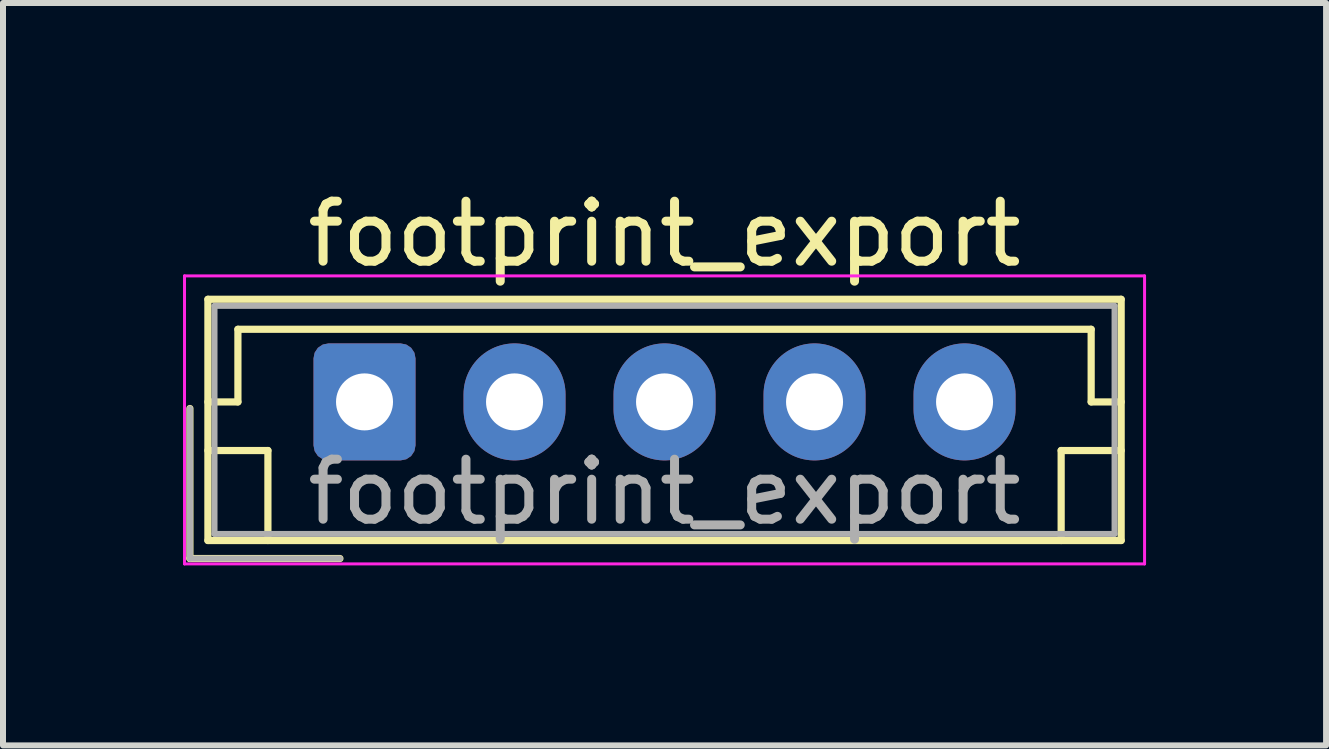
<source format=kicad_pcb>
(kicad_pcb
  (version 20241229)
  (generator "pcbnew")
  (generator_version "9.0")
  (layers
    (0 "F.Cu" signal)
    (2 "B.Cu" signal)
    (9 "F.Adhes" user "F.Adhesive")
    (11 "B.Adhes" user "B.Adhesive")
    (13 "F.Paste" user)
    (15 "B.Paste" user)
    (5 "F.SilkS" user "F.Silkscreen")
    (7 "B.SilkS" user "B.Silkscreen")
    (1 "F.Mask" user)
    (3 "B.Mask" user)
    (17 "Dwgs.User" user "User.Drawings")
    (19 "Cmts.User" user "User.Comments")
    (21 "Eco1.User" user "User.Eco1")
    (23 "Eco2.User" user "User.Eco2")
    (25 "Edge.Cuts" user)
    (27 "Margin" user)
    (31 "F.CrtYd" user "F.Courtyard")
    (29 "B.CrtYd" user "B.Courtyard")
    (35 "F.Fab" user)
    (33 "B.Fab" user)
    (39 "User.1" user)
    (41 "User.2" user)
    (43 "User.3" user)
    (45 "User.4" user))
  (footprint "footprint_export"
    (layer "F.Cu")
    (at 3.025 3.648)
    (property "Reference" "footprint_export" (at 5 -2.8 0) (layer "F.SilkS") (effects (font (size 1 1) (thickness 0.15))))
    (attr through_hole)
    (fp_line (start -2.91 0.11) (end -2.91 2.61) (stroke (width 0.12) (type solid)) (layer "F.SilkS"))
    (fp_line (start -2.91 2.61) (end -0.41 2.61) (stroke (width 0.12) (type solid)) (layer "F.SilkS"))
    (fp_line (start -2.61 -1.71) (end -2.61 2.31) (stroke (width 0.12) (type solid)) (layer "F.SilkS"))
    (fp_line (start -2.61 0) (end -2.11 0) (stroke (width 0.12) (type solid)) (layer "F.SilkS"))
    (fp_line (start -2.61 0.81) (end -1.61 0.81) (stroke (width 0.12) (type solid)) (layer "F.SilkS"))
    (fp_line (start -2.61 2.31) (end 12.61 2.31) (stroke (width 0.12) (type solid)) (layer "F.SilkS"))
    (fp_line (start -2.11 -1.21) (end 12.11 -1.21) (stroke (width 0.12) (type solid)) (layer "F.SilkS"))
    (fp_line (start -2.11 0) (end -2.11 -1.21) (stroke (width 0.12) (type solid)) (layer "F.SilkS"))
    (fp_line (start -1.61 0.81) (end -1.61 2.31) (stroke (width 0.12) (type solid)) (layer "F.SilkS"))
    (fp_line (start 11.61 0.81) (end 11.61 2.31) (stroke (width 0.12) (type solid)) (layer "F.SilkS"))
    (fp_line (start 12.11 -1.21) (end 12.11 0) (stroke (width 0.12) (type solid)) (layer "F.SilkS"))
    (fp_line (start 12.11 0) (end 12.61 0) (stroke (width 0.12) (type solid)) (layer "F.SilkS"))
    (fp_line (start 12.61 -1.71) (end -2.61 -1.71) (stroke (width 0.12) (type solid)) (layer "F.SilkS"))
    (fp_line (start 12.61 0.81) (end 11.61 0.81) (stroke (width 0.12) (type solid)) (layer "F.SilkS"))
    (fp_line (start 12.61 2.31) (end 12.61 -1.71) (stroke (width 0.12) (type solid)) (layer "F.SilkS"))
    (fp_line (start -3 -2.1) (end -3 2.7) (stroke (width 0.05) (type solid)) (layer "F.CrtYd"))
    (fp_line (start -3 2.7) (end 13 2.7) (stroke (width 0.05) (type solid)) (layer "F.CrtYd"))
    (fp_line (start 13 -2.1) (end -3 -2.1) (stroke (width 0.05) (type solid)) (layer "F.CrtYd"))
    (fp_line (start 13 2.7) (end 13 -2.1) (stroke (width 0.05) (type solid)) (layer "F.CrtYd"))
    (fp_line (start -2.91 0.11) (end -2.91 2.61) (stroke (width 0.1) (type solid)) (layer "F.Fab"))
    (fp_line (start -2.91 2.61) (end -0.41 2.61) (stroke (width 0.1) (type solid)) (layer "F.Fab"))
    (fp_line (start -2.5 -1.6) (end -2.5 2.2) (stroke (width 0.1) (type solid)) (layer "F.Fab"))
    (fp_line (start -2.5 2.2) (end 12.5 2.2) (stroke (width 0.1) (type solid)) (layer "F.Fab"))
    (fp_line (start 12.5 -1.6) (end -2.5 -1.6) (stroke (width 0.1) (type solid)) (layer "F.Fab"))
    (fp_line (start 12.5 2.2) (end 12.5 -1.6) (stroke (width 0.1) (type solid)) (layer "F.Fab"))
    (fp_text user "${REFERENCE}" (at 5 1.5 0) (layer "F.Fab") (effects (font (size 1 1) (thickness 0.15))))
    (pad "1" thru_hole roundrect (at 0 0) (size 1.7 1.95) (drill 0.95) (layers "*.Cu" "*.Mask") (roundrect_rratio 0.147))
    (pad "2" thru_hole oval (at 2.5 0) (size 1.7 1.95) (drill 0.95) (layers "*.Cu" "*.Mask"))
    (pad "3" thru_hole oval (at 5 0) (size 1.7 1.95) (drill 0.95) (layers "*.Cu" "*.Mask"))
    (pad "4" thru_hole oval (at 7.5 0) (size 1.7 1.95) (drill 0.95) (layers "*.Cu" "*.Mask"))
    (pad "5" thru_hole oval (at 10 0) (size 1.7 1.95) (drill 0.95) (layers "*.Cu" "*.Mask")))
  (gr_rect
    (start -3 -3)
    (end 19.05 9.373)
    (stroke (width 0.1) (type default))
    (fill no)
    (layer "Edge.Cuts")))
</source>
